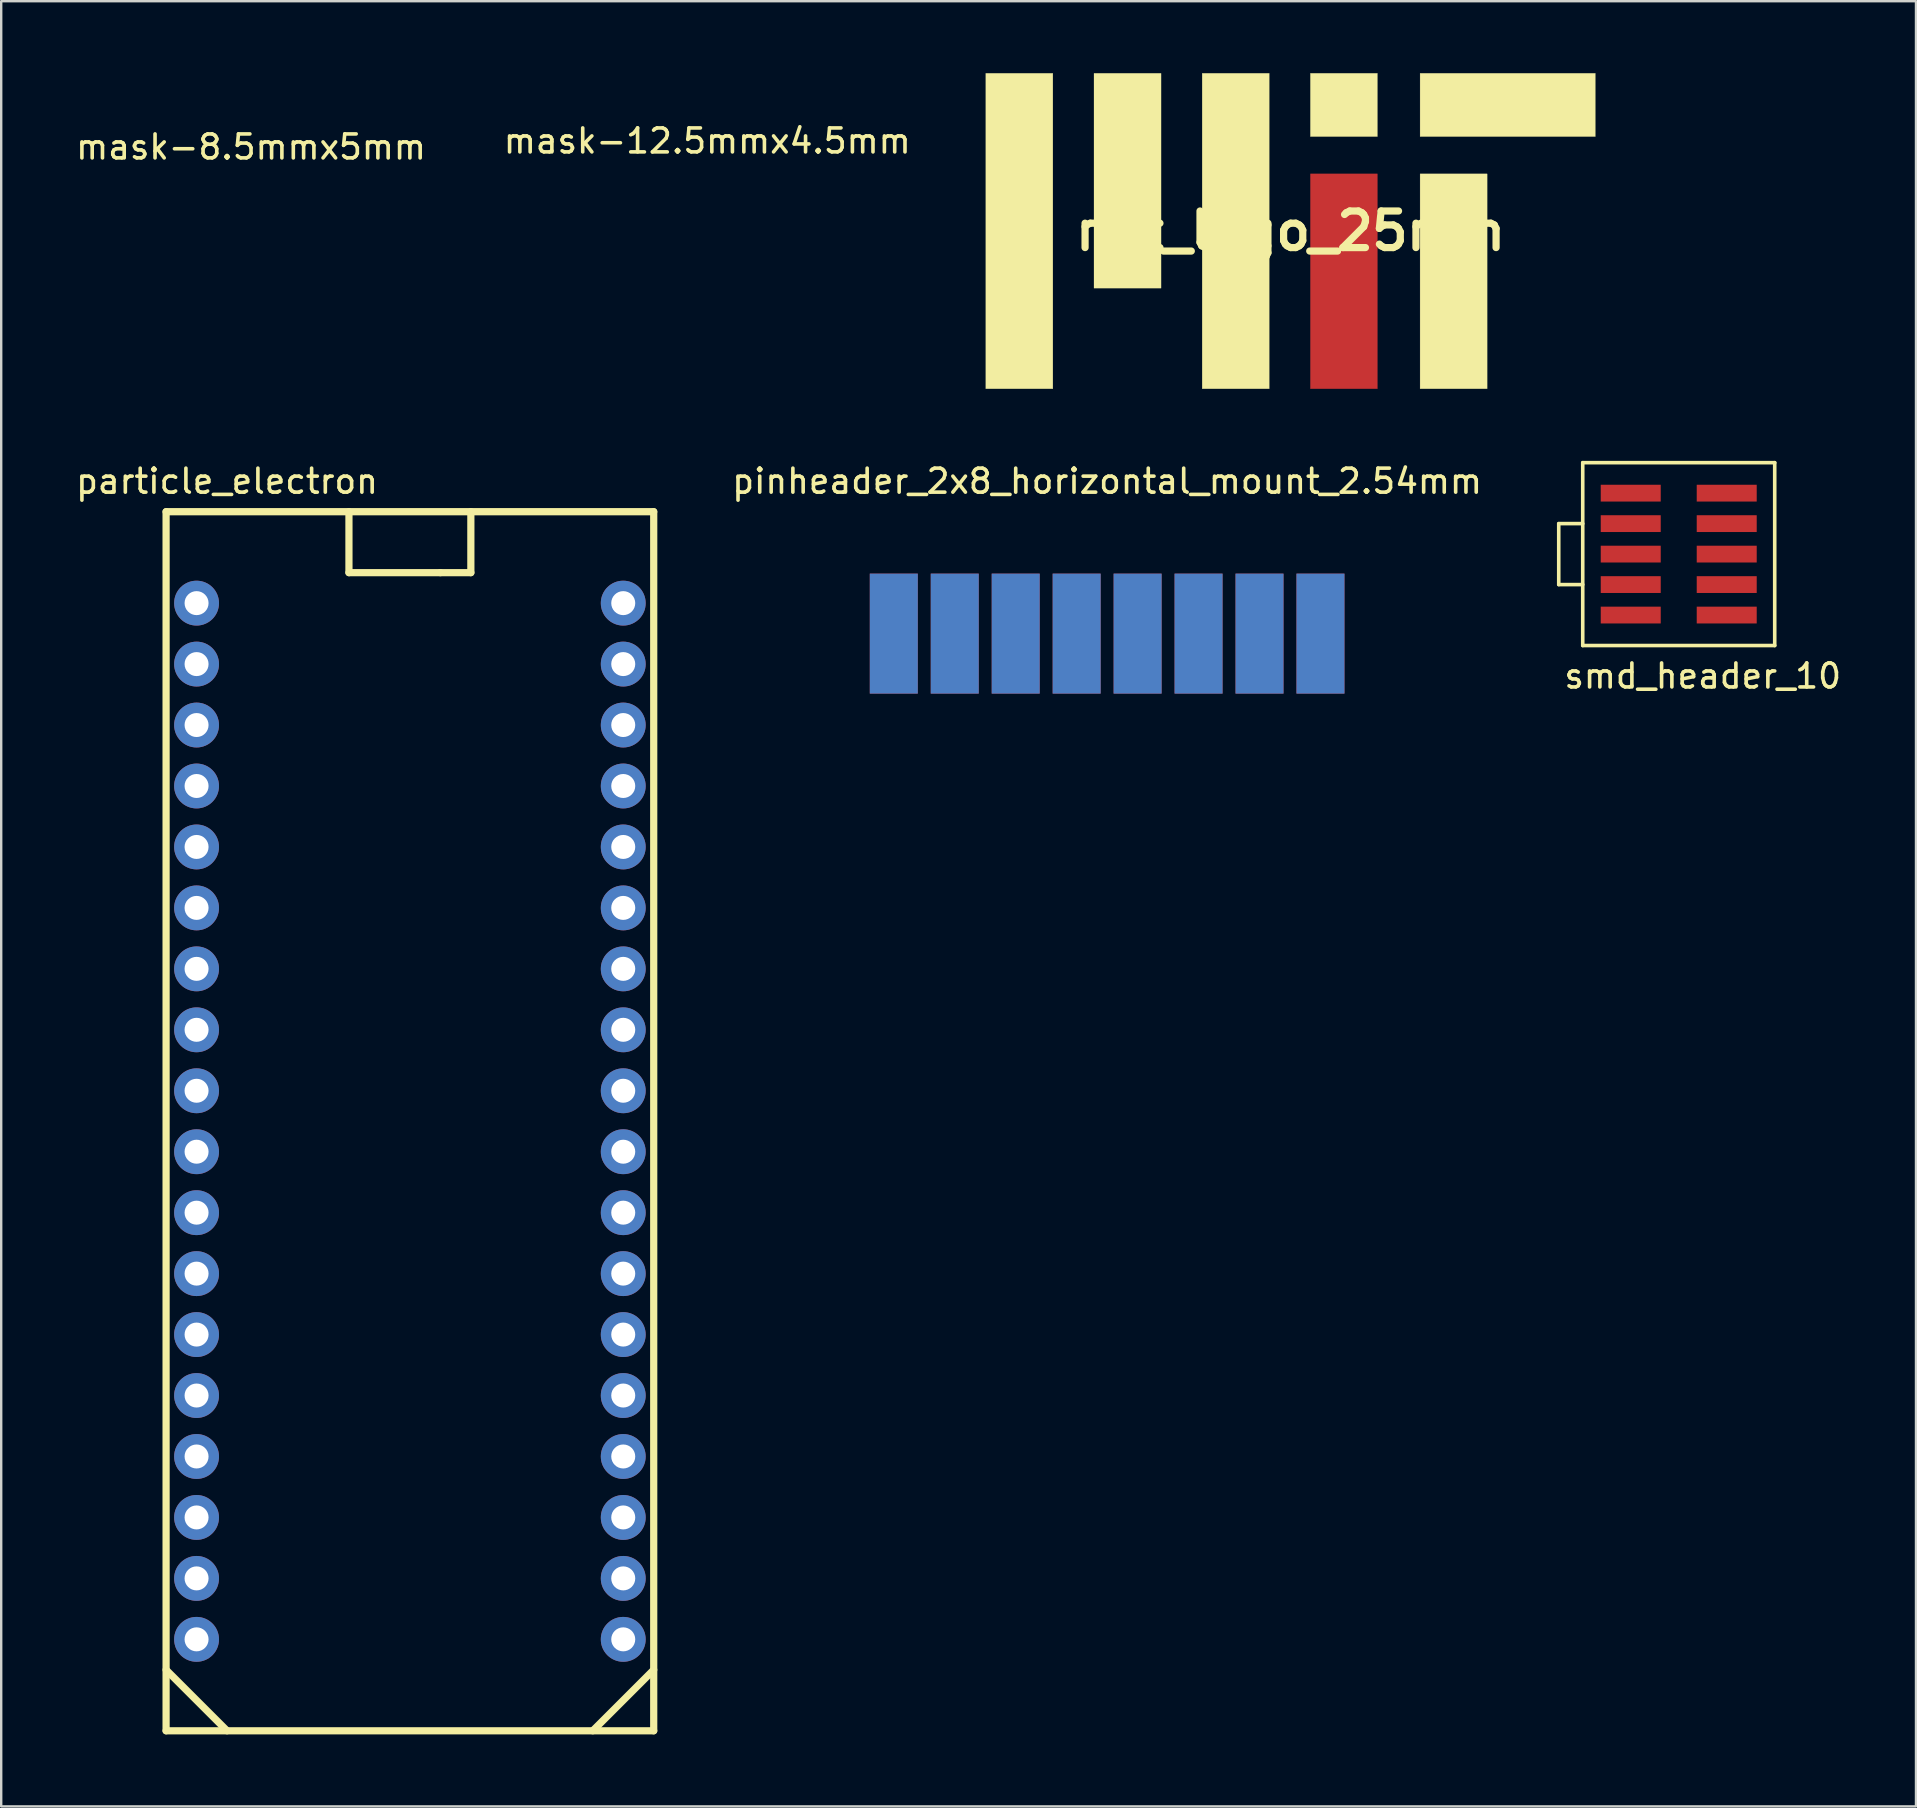
<source format=kicad_pcb>
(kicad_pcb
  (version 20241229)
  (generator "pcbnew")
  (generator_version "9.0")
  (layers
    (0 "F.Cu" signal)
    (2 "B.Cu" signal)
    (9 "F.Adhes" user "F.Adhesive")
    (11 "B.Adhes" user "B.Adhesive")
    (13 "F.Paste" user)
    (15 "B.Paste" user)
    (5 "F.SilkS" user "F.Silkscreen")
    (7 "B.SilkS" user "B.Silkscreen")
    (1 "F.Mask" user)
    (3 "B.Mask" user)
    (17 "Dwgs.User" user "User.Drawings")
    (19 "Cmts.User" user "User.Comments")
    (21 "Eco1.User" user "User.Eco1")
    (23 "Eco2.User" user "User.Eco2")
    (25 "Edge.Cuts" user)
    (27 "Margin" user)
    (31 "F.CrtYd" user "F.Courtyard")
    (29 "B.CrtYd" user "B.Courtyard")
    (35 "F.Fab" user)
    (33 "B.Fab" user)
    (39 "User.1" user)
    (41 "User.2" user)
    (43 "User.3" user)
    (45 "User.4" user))
  (footprint "pinheader_2x8_horizontal_mount_2.54mm"
    (layer "F.Cu")
    (at 43.085 23.353)
    (property "Reference" "pinheader_2x8_horizontal_mount_2.54mm" (at 0 -6.35 0) (layer "F.SilkS") (effects (font (size 1 1) (thickness 0.15))))
    (attr through_hole)
    (pad "1" smd rect (at -8.89 0) (size 2 5) (layers "F.Cu" "F.Mask"))
    (pad "2" smd rect (at -8.89 0) (size 2 5) (layers "B.Cu" "B.Mask"))
    (pad "3" smd rect (at -6.35 0) (size 2 5) (layers "F.Cu" "F.Mask"))
    (pad "4" smd rect (at -6.35 0) (size 2 5) (layers "B.Cu" "B.Mask"))
    (pad "5" smd rect (at -3.81 0) (size 2 5) (layers "F.Cu" "F.Mask"))
    (pad "6" smd rect (at -3.81 0) (size 2 5) (layers "B.Cu" "B.Mask"))
    (pad "7" smd rect (at -1.27 0) (size 2 5) (layers "F.Cu" "F.Mask"))
    (pad "8" smd rect (at -1.27 0) (size 2 5) (layers "B.Cu" "B.Mask"))
    (pad "9" smd rect (at 1.27 0) (size 2 5) (layers "F.Cu" "F.Mask"))
    (pad "10" smd rect (at 1.27 0) (size 2 5) (layers "B.Cu" "B.Mask"))
    (pad "11" smd rect (at 3.81 0) (size 2 5) (layers "F.Cu" "F.Mask"))
    (pad "12" smd rect (at 3.81 0) (size 2 5) (layers "B.Cu" "B.Mask"))
    (pad "13" smd rect (at 6.35 0) (size 2 5) (layers "F.Cu" "F.Mask"))
    (pad "14" smd rect (at 6.35 0) (size 2 5) (layers "B.Cu" "B.Mask"))
    (pad "15" smd rect (at 8.89 0) (size 2 5) (layers "F.Cu" "F.Mask"))
    (pad "16" smd rect (at 8.89 0) (size 2 5) (layers "B.Cu" "B.Mask")))
  (footprint "smd_header_10"
    (layer "F.Cu")
    (at 66.904 20.04)
    (property "Reference" "smd_header_10" (at 1 5.08 0) (layer "F.SilkS") (effects (font (size 1 1) (thickness 0.15))))
    (attr through_hole)
    (fp_line (start -5 -1.27) (end -5 1.27) (stroke (width 0.15) (type solid)) (layer "F.SilkS"))
    (fp_line (start -5 1.27) (end -4 1.27) (stroke (width 0.15) (type solid)) (layer "F.SilkS"))
    (fp_line (start -4 -3.81) (end -4 3.81) (stroke (width 0.15) (type solid)) (layer "F.SilkS"))
    (fp_line (start -4 -1.27) (end -5 -1.27) (stroke (width 0.15) (type solid)) (layer "F.SilkS"))
    (fp_line (start -4 3.81) (end 4 3.81) (stroke (width 0.15) (type solid)) (layer "F.SilkS"))
    (fp_line (start 4 -3.81) (end -4 -3.81) (stroke (width 0.15) (type solid)) (layer "F.SilkS"))
    (fp_line (start 4 3.81) (end 4 -3.81) (stroke (width 0.15) (type solid)) (layer "F.SilkS"))
    (pad "1" smd rect (at -2 -2.54) (size 2.5 0.7) (layers "F.Cu" "F.Mask" "F.Paste"))
    (pad "2" smd rect (at 2 -2.54) (size 2.5 0.7) (layers "F.Cu" "F.Mask" "F.Paste"))
    (pad "3" smd rect (at -2 -1.27) (size 2.5 0.7) (layers "F.Cu" "F.Mask" "F.Paste"))
    (pad "4" smd rect (at 2 -1.27) (size 2.5 0.7) (layers "F.Cu" "F.Mask" "F.Paste"))
    (pad "5" smd rect (at -2 0) (size 2.5 0.7) (layers "F.Cu" "F.Mask" "F.Paste"))
    (pad "6" smd rect (at 2 0) (size 2.5 0.7) (layers "F.Cu" "F.Mask" "F.Paste"))
    (pad "7" smd rect (at -2 1.27) (size 2.5 0.7) (layers "F.Cu" "F.Mask" "F.Paste"))
    (pad "8" smd rect (at 2 1.27) (size 2.5 0.7) (layers "F.Cu" "F.Mask" "F.Paste"))
    (pad "9" smd rect (at -2 2.54) (size 2.5 0.7) (layers "F.Cu" "F.Mask" "F.Paste"))
    (pad "10" smd rect (at 2 2.54) (size 2.5 0.7) (layers "F.Cu" "F.Mask" "F.Paste")))
  (footprint "mask-8.5mmx5mm"
    (layer "F.Cu")
    (at 7.411 2.575)
    (property "Reference" "mask-8.5mmx5mm" (at 0 0.5 0) (layer "F.SilkS") (effects (font (size 1 1) (thickness 0.15))))
    (attr through_hole)
    (fp_poly (pts (xy -4.25 -2.5) (xy 4.25 -2.5) (xy 4.25 2.5) (xy -4.25 2.5)) (stroke (width 0.15) (type solid)) (fill yes) (layer "B.Mask")))
  (footprint "mit_logo_25mm"
    (layer "F.Cu")
    (at 50.729 6.577)
    (property "Reference" "mit_logo_25mm" (at 0 0 0) (layer "F.SilkS") (effects (font (size 1.524 1.524) (thickness 0.3))))
    (attr through_hole)
    (fp_poly (pts (xy 3.619 6.572) (xy 0.826 6.572) (xy 0.826 -2.381) (xy 3.619 -2.381) (xy 3.619 6.572)) (stroke (width 0.01) (type solid)) (fill yes) (layer "F.Cu"))
    (fp_poly (pts (xy -9.906 6.572) (xy -12.7 6.572) (xy -12.7 -6.572) (xy -9.906 -6.572) (xy -9.906 6.572)) (stroke (width 0.01) (type solid)) (fill yes) (layer "F.SilkS"))
    (fp_poly (pts (xy -5.397 2.381) (xy -8.191 2.381) (xy -8.191 -6.572) (xy -5.397 -6.572) (xy -5.397 2.381)) (stroke (width 0.01) (type solid)) (fill yes) (layer "F.SilkS"))
    (fp_poly (pts (xy -0.889 6.572) (xy -3.683 6.572) (xy -3.683 -6.572) (xy -0.889 -6.572) (xy -0.889 6.572)) (stroke (width 0.01) (type solid)) (fill yes) (layer "F.SilkS"))
    (fp_poly (pts (xy 3.619 -3.937) (xy 0.826 -3.937) (xy 0.826 -6.572) (xy 3.619 -6.572) (xy 3.619 -3.937)) (stroke (width 0.01) (type solid)) (fill yes) (layer "F.SilkS"))
    (fp_poly (pts (xy 8.191 6.572) (xy 5.397 6.572) (xy 5.397 -2.381) (xy 8.191 -2.381) (xy 8.191 6.572)) (stroke (width 0.01) (type solid)) (fill yes) (layer "F.SilkS"))
    (fp_poly (pts (xy 12.7 -3.937) (xy 5.397 -3.937) (xy 5.397 -6.572) (xy 12.7 -6.572) (xy 12.7 -3.937)) (stroke (width 0.01) (type solid)) (fill yes) (layer "F.SilkS")))
  (footprint "mask-12.5mmx4.5mm"
    (layer "F.Cu")
    (at 26.423 2.325)
    (property "Reference" "mask-12.5mmx4.5mm" (at 0 0.5 0) (layer "F.SilkS") (effects (font (size 1 1) (thickness 0.15))))
    (attr through_hole)
    (fp_poly (pts (xy -6.25 2.25) (xy -6.25 -2.25) (xy 6.25 -2.25) (xy 6.25 2.25)) (stroke (width 0.15) (type solid)) (fill yes) (layer "B.Mask")))
  (footprint "particle_electron"
    (layer "F.Cu")
    (at 14.031 43.673)
    (property "Reference" "particle_electron" (at -7.62 -26.67 0) (layer "F.SilkS") (effects (font (size 1 1) (thickness 0.15))))
    (attr through_hole)
    (fp_line (start -10.16 -25.4) (end -10.16 25.4) (stroke (width 0.3) (type solid)) (layer "F.SilkS"))
    (fp_line (start -10.16 -25.4) (end 10.16 -25.4) (stroke (width 0.3) (type solid)) (layer "F.SilkS"))
    (fp_line (start -10.16 22.86) (end -7.62 25.4) (stroke (width 0.3) (type solid)) (layer "F.SilkS"))
    (fp_line (start -2.54 -25.4) (end -2.54 -22.86) (stroke (width 0.3) (type solid)) (layer "F.SilkS"))
    (fp_line (start -2.54 -22.86) (end 1.27 -22.86) (stroke (width 0.3) (type solid)) (layer "F.SilkS"))
    (fp_line (start 1.27 -22.86) (end 2.54 -22.86) (stroke (width 0.3) (type solid)) (layer "F.SilkS"))
    (fp_line (start 2.54 -22.86) (end 2.54 -25.4) (stroke (width 0.3) (type solid)) (layer "F.SilkS"))
    (fp_line (start 10.16 -25.4) (end 10.16 25.4) (stroke (width 0.3) (type solid)) (layer "F.SilkS"))
    (fp_line (start 10.16 22.86) (end 7.62 25.4) (stroke (width 0.3) (type solid)) (layer "F.SilkS"))
    (fp_line (start 10.16 25.4) (end -10.16 25.4) (stroke (width 0.3) (type solid)) (layer "F.SilkS"))
    (pad "1" thru_hole circle (at -8.89 -21.59) (size 1.87 1.87) (drill 1) (layers "*.Cu" "*.Mask"))
    (pad "2" thru_hole circle (at -8.89 -19.05) (size 1.87 1.87) (drill 1) (layers "*.Cu" "*.Mask"))
    (pad "3" thru_hole circle (at -8.89 -16.51) (size 1.87 1.87) (drill 1) (layers "*.Cu" "*.Mask"))
    (pad "4" thru_hole circle (at -8.89 -13.97) (size 1.87 1.87) (drill 1) (layers "*.Cu" "*.Mask"))
    (pad "5" thru_hole circle (at -8.89 -11.43) (size 1.87 1.87) (drill 1) (layers "*.Cu" "*.Mask"))
    (pad "6" thru_hole circle (at -8.89 -8.89) (size 1.87 1.87) (drill 1) (layers "*.Cu" "*.Mask"))
    (pad "7" thru_hole circle (at -8.89 -6.35) (size 1.87 1.87) (drill 1) (layers "*.Cu" "*.Mask"))
    (pad "8" thru_hole circle (at -8.89 -3.81) (size 1.87 1.87) (drill 1) (layers "*.Cu" "*.Mask"))
    (pad "9" thru_hole circle (at -8.89 -1.27) (size 1.87 1.87) (drill 1) (layers "*.Cu" "*.Mask"))
    (pad "10" thru_hole circle (at -8.89 1.27) (size 1.87 1.87) (drill 1) (layers "*.Cu" "*.Mask"))
    (pad "11" thru_hole circle (at -8.89 3.81) (size 1.87 1.87) (drill 1) (layers "*.Cu" "*.Mask"))
    (pad "12" thru_hole circle (at -8.89 6.35) (size 1.87 1.87) (drill 1) (layers "*.Cu" "*.Mask"))
    (pad "13" thru_hole circle (at -8.89 8.89) (size 1.87 1.87) (drill 1) (layers "*.Cu" "*.Mask"))
    (pad "14" thru_hole circle (at -8.89 11.43) (size 1.87 1.87) (drill 1) (layers "*.Cu" "*.Mask"))
    (pad "15" thru_hole circle (at -8.89 13.97) (size 1.87 1.87) (drill 1) (layers "*.Cu" "*.Mask"))
    (pad "16" thru_hole circle (at -8.89 16.51) (size 1.87 1.87) (drill 1) (layers "*.Cu" "*.Mask"))
    (pad "17" thru_hole circle (at -8.89 19.05) (size 1.87 1.87) (drill 1) (layers "*.Cu" "*.Mask"))
    (pad "18" thru_hole circle (at -8.89 21.59) (size 1.87 1.87) (drill 1) (layers "*.Cu" "*.Mask"))
    (pad "19" thru_hole circle (at 8.89 21.59) (size 1.87 1.87) (drill 1) (layers "*.Cu" "*.Mask"))
    (pad "20" thru_hole circle (at 8.89 19.05) (size 1.87 1.87) (drill 1) (layers "*.Cu" "*.Mask"))
    (pad "21" thru_hole circle (at 8.89 16.51) (size 1.87 1.87) (drill 1) (layers "*.Cu" "*.Mask"))
    (pad "22" thru_hole circle (at 8.89 13.97) (size 1.87 1.87) (drill 1) (layers "*.Cu" "*.Mask"))
    (pad "23" thru_hole circle (at 8.89 11.43) (size 1.87 1.87) (drill 1) (layers "*.Cu" "*.Mask"))
    (pad "24" thru_hole circle (at 8.89 8.89) (size 1.87 1.87) (drill 1) (layers "*.Cu" "*.Mask"))
    (pad "25" thru_hole circle (at 8.89 6.35) (size 1.87 1.87) (drill 1) (layers "*.Cu" "*.Mask"))
    (pad "26" thru_hole circle (at 8.89 3.81) (size 1.87 1.87) (drill 1) (layers "*.Cu" "*.Mask"))
    (pad "27" thru_hole circle (at 8.89 1.27) (size 1.87 1.87) (drill 1) (layers "*.Cu" "*.Mask"))
    (pad "28" thru_hole circle (at 8.89 -1.27) (size 1.87 1.87) (drill 1) (layers "*.Cu" "*.Mask"))
    (pad "29" thru_hole circle (at 8.89 -3.81) (size 1.87 1.87) (drill 1) (layers "*.Cu" "*.Mask"))
    (pad "30" thru_hole circle (at 8.89 -6.35) (size 1.87 1.87) (drill 1) (layers "*.Cu" "*.Mask"))
    (pad "31" thru_hole circle (at 8.89 -8.89) (size 1.87 1.87) (drill 1) (layers "*.Cu" "*.Mask"))
    (pad "32" thru_hole circle (at 8.89 -11.43) (size 1.87 1.87) (drill 1) (layers "*.Cu" "*.Mask"))
    (pad "33" thru_hole circle (at 8.89 -13.97) (size 1.87 1.87) (drill 1) (layers "*.Cu" "*.Mask"))
    (pad "34" thru_hole circle (at 8.89 -16.51) (size 1.87 1.87) (drill 1) (layers "*.Cu" "*.Mask"))
    (pad "35" thru_hole circle (at 8.89 -19.05) (size 1.87 1.87) (drill 1) (layers "*.Cu" "*.Mask"))
    (pad "36" thru_hole circle (at 8.89 -21.59) (size 1.87 1.87) (drill 1) (layers "*.Cu" "*.Mask")))
  (gr_rect
    (start -3 -3)
    (end 76.791 72.223)
    (stroke (width 0.1) (type default))
    (fill no)
    (layer "Edge.Cuts")))
</source>
